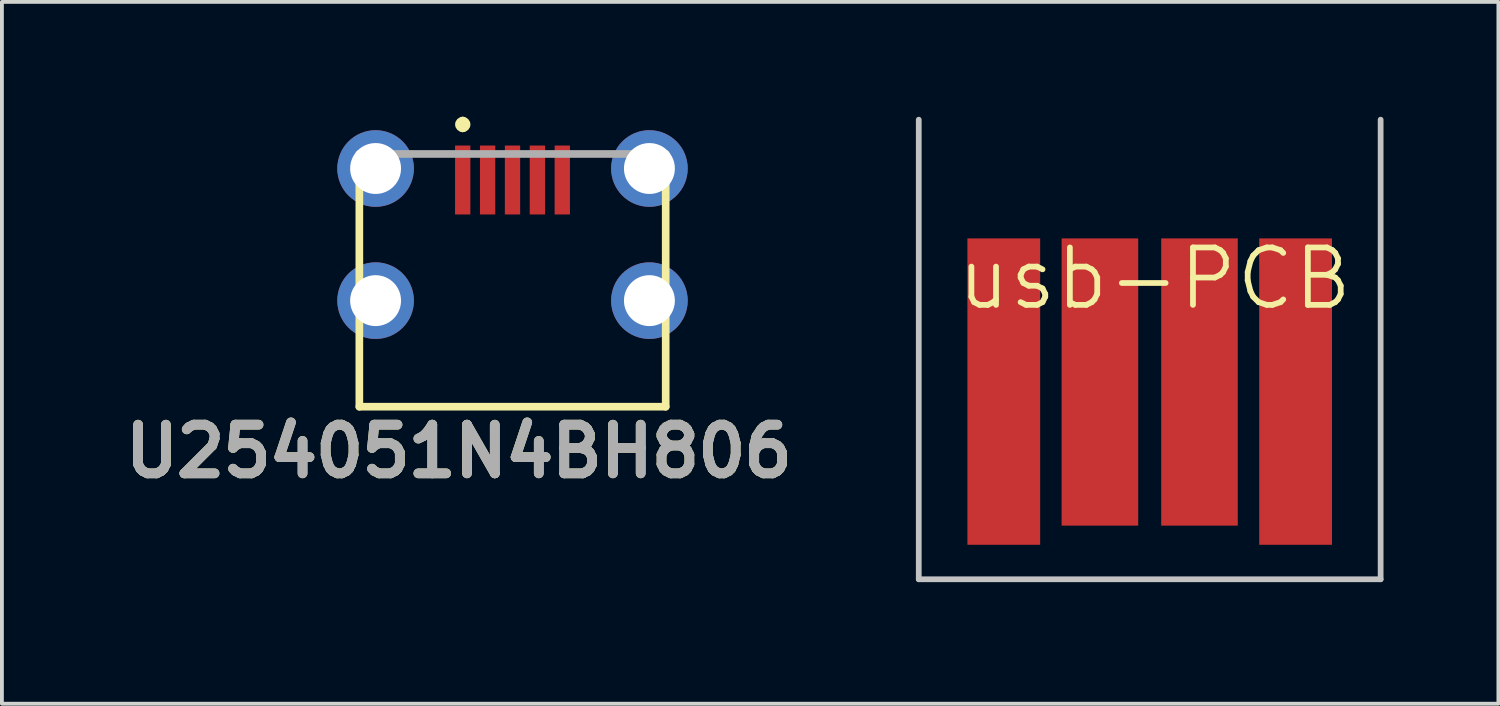
<source format=kicad_pcb>
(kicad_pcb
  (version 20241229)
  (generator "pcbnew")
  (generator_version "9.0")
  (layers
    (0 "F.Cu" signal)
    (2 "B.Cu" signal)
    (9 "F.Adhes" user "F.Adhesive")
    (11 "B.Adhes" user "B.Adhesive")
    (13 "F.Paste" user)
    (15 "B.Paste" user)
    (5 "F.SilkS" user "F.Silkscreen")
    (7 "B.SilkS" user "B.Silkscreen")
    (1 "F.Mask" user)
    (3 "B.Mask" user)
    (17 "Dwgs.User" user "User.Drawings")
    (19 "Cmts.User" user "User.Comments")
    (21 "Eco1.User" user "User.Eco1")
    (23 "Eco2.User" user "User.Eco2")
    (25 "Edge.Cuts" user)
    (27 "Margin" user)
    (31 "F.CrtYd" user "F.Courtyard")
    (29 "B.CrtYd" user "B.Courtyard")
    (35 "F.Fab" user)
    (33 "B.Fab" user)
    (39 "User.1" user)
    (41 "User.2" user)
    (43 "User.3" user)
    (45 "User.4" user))
  (footprint "usb-PCB"
    (layer "F.Cu")
    (at 26.97 12.075)
    (property "Reference" "usb-PCB" (at 0.13 -7.85 0) (layer "F.SilkS") (effects (font (size 1.5 1.5) (thickness 0.15))))
    (attr exclude_from_pos_files exclude_from_bom)
    (fp_line (start -6.03 0) (end -6.03 -12) (stroke (width 0.15) (type solid)) (layer "Dwgs.User"))
    (fp_line (start 6.03 0) (end -6.03 0) (stroke (width 0.15) (type solid)) (layer "Dwgs.User"))
    (fp_line (start 6.03 0) (end 6.03 -12) (stroke (width 0.15) (type solid)) (layer "Dwgs.User"))
    (pad "1" connect rect (at 3.81 -4.9) (size 1.9 8) (layers "F.Cu" "F.Mask"))
    (pad "2" connect rect (at 1.3 -5.15) (size 2 7.5) (layers "F.Cu" "F.Mask"))
    (pad "3" connect rect (at -1.3 -5.15) (size 2 7.5) (layers "F.Cu" "F.Mask"))
    (pad "4" connect rect (at -3.81 -4.9) (size 1.9 8) (layers "F.Cu" "F.Mask")))
  (footprint "U254051N4BH806"
    (layer "F.Cu")
    (at 10.332 3.835)
    (property "Reference" "U254051N4BH806" (at -1.4 4.9 0) (layer "F.SilkS") (effects (font (size 1.27 1.27) (thickness 0.254))))
    (attr through_hole)
    (fp_line (start -3.999 3.735) (end -3.999 -2.865) (stroke (width 0.2) (type solid)) (layer "F.SilkS"))
    (fp_line (start -1.299 -3.735) (end -1.299 -3.735) (stroke (width 0.2) (type solid)) (layer "F.SilkS"))
    (fp_line (start -1.299 -3.535) (end -1.299 -3.535) (stroke (width 0.2) (type solid)) (layer "F.SilkS"))
    (fp_line (start 4 -2.865) (end 4 3.735) (stroke (width 0.2) (type solid)) (layer "F.SilkS"))
    (fp_line (start 4 3.735) (end -3.999 3.735) (stroke (width 0.2) (type solid)) (layer "F.SilkS"))
    (fp_arc (start -1.299 -3.735) (mid -1.199 -3.635) (end -1.299 -3.535) (stroke (width 0.2) (type solid)) (layer "F.SilkS"))
    (fp_arc (start -1.299 -3.535) (mid -1.399 -3.635) (end -1.299 -3.735) (stroke (width 0.2) (type solid)) (layer "F.SilkS"))
    (fp_line (start -3.999 -2.865) (end 4 -2.865) (stroke (width 0.2) (type solid)) (layer "F.Fab"))
    (fp_text user "${REFERENCE}" (at -1.4 4.9 0) (layer "F.Fab") (effects (font (size 1.27 1.27) (thickness 0.254))))
    (pad "" np_thru_hole circle (at -2 -1.165) (size 0.001 0.001) (drill 0.65) (layers "*.Cu" "*.Mask"))
    (pad "" np_thru_hole circle (at 2 -1.165) (size 0.001 0.001) (drill 0.65) (layers "*.Cu" "*.Mask"))
    (pad "1" smd rect (at -1.3 -2.185) (size 0.4 1.8) (layers "F.Cu" "F.Mask" "F.Paste"))
    (pad "2" smd rect (at -0.65 -2.185) (size 0.4 1.8) (layers "F.Cu" "F.Mask" "F.Paste"))
    (pad "3" smd rect (at 0 -2.185) (size 0.4 1.8) (layers "F.Cu" "F.Mask" "F.Paste"))
    (pad "4" smd rect (at 0.65 -2.185) (size 0.4 1.8) (layers "F.Cu" "F.Mask" "F.Paste"))
    (pad "5" smd rect (at 1.3 -2.185) (size 0.4 1.8) (layers "F.Cu" "F.Mask" "F.Paste"))
    (pad "6" thru_hole circle (at -3.575 -2.485) (size 2 2) (drill 1.329) (layers "*.Cu" "*.Mask"))
    (pad "6" thru_hole circle (at -3.575 0.965) (size 2 2) (drill 1.329) (layers "*.Cu" "*.Mask"))
    (pad "6" thru_hole circle (at 3.575 -2.485) (size 2 2) (drill 1.329) (layers "*.Cu" "*.Mask"))
    (pad "6" thru_hole circle (at 3.575 0.965) (size 2 2) (drill 1.329) (layers "*.Cu" "*.Mask")))
  (gr_rect
    (start -3 -3)
    (end 36.075 15.325)
    (stroke (width 0.1) (type default))
    (fill no)
    (layer "Edge.Cuts")))
</source>
